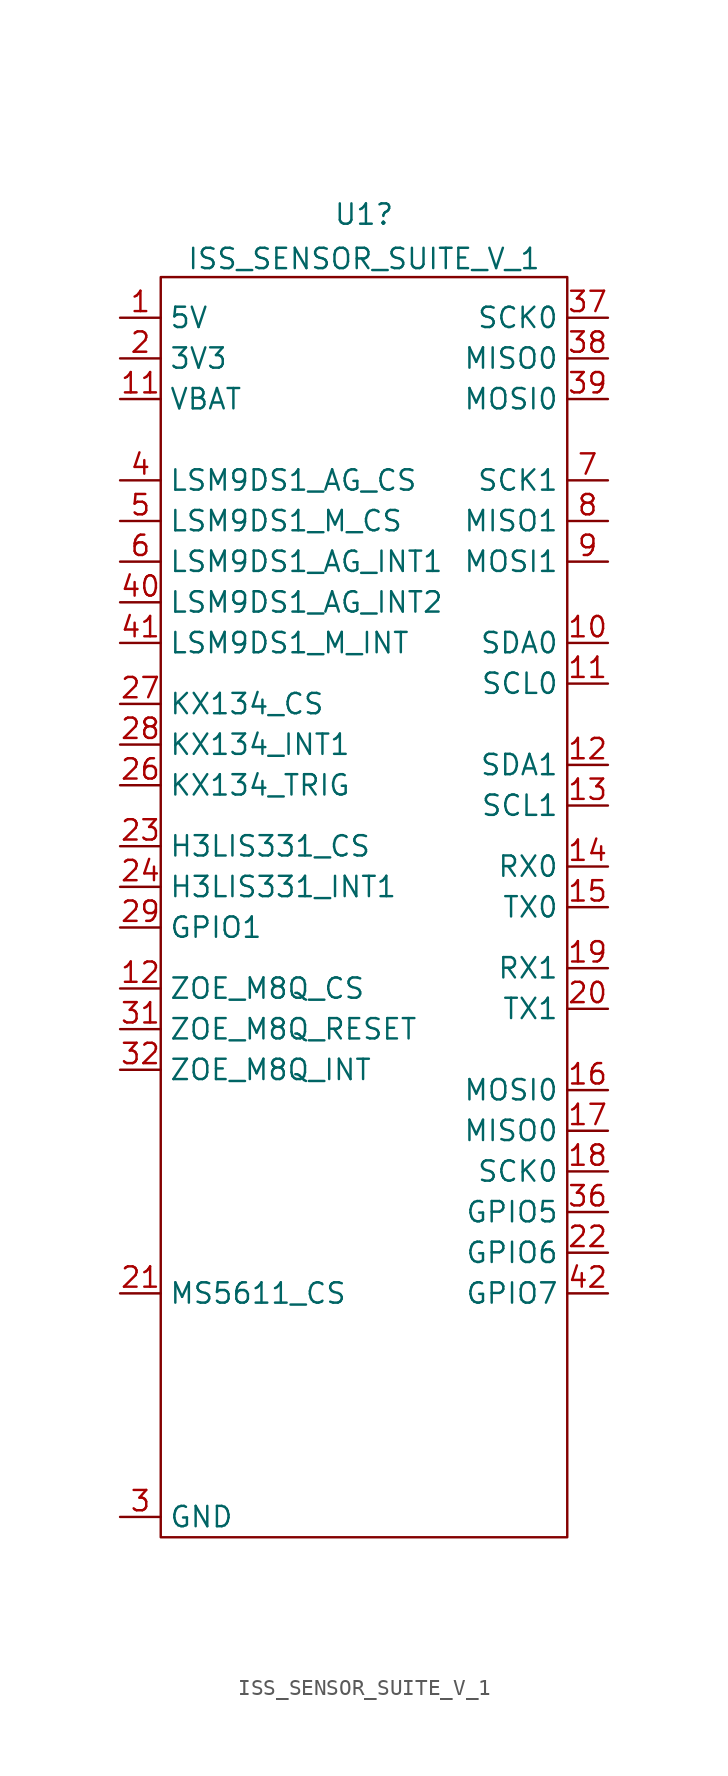
<source format=kicad_sym>
(kicad_symbol_lib
  (version 20211014)
  (generator kicad_symbol_editor)
  (symbol "ISS_SENSOR_SUITE_V_1"
    (property "Reference" "U1"
      (at 0 26.776 0)
      (effects (font (size 1.27 1.27))))
    (property "Value" "ISS_SENSOR_SUITE_V_1"
      (at 0 24.001 0)
      (effects (font (size 1.27 1.27))))
    (symbol "ISS_SENSOR_SUITE_V_1_0_1"
      (rectangle (start -12.7 22.86) (end 12.7 -55.88) (stroke (width 0.152) (type default) (color 0 0 0 0)) (fill (type none))))
    (symbol "ISS_SENSOR_SUITE_V_1_1_1"
      (pin power_in line (at -15.24 20.32 0) (length 2.54) (name "5V" (effects (font (size 1.27 1.27)))) (number "1" (effects (font (size 1.27 1.27)))))
      (pin bidirectional line (at 15.24 0 180) (length 2.54) (name "SDA0" (effects (font (size 1.27 1.27)))) (number "10" (effects (font (size 1.27 1.27)))))
      (pin input line (at 15.24 -2.54 180) (length 2.54) (name "SCL0" (effects (font (size 1.27 1.27)))) (number "11" (effects (font (size 1.27 1.27)))))
      (pin power_in line (at -15.24 15.24 0) (length 2.54) (name "VBAT" (effects (font (size 1.27 1.27)))) (number "11" (effects (font (size 1.27 1.27)))))
      (pin bidirectional line (at 15.24 -7.62 180) (length 2.54) (name "SDA1" (effects (font (size 1.27 1.27)))) (number "12" (effects (font (size 1.27 1.27)))))
      (pin input line (at -15.24 -21.59 0) (length 2.54) (name "ZOE_M8Q_CS" (effects (font (size 1.27 1.27)))) (number "12" (effects (font (size 1.27 1.27)))))
      (pin input line (at 15.24 -10.16 180) (length 2.54) (name "SCL1" (effects (font (size 1.27 1.27)))) (number "13" (effects (font (size 1.27 1.27)))))
      (pin input line (at 15.24 -13.97 180) (length 2.54) (name "RX0" (effects (font (size 1.27 1.27)))) (number "14" (effects (font (size 1.27 1.27)))))
      (pin output line (at 15.24 -16.51 180) (length 2.54) (name "TX0" (effects (font (size 1.27 1.27)))) (number "15" (effects (font (size 1.27 1.27)))))
      (pin input line (at 15.24 -27.94 180) (length 2.54) (name "MOSI0" (effects (font (size 1.27 1.27)))) (number "16" (effects (font (size 1.27 1.27)))))
      (pin output line (at 15.24 -30.48 180) (length 2.54) (name "MISO0" (effects (font (size 1.27 1.27)))) (number "17" (effects (font (size 1.27 1.27)))))
      (pin input line (at 15.24 -33.02 180) (length 2.54) (name "SCK0" (effects (font (size 1.27 1.27)))) (number "18" (effects (font (size 1.27 1.27)))))
      (pin input line (at 15.24 -20.32 180) (length 2.54) (name "RX1" (effects (font (size 1.27 1.27)))) (number "19" (effects (font (size 1.27 1.27)))))
      (pin power_in line (at -15.24 17.78 0) (length 2.54) (name "3V3" (effects (font (size 1.27 1.27)))) (number "2" (effects (font (size 1.27 1.27)))))
      (pin output line (at 15.24 -22.86 180) (length 2.54) (name "TX1" (effects (font (size 1.27 1.27)))) (number "20" (effects (font (size 1.27 1.27)))))
      (pin input line (at -15.24 -40.64 0) (length 2.54) (name "MS5611_CS" (effects (font (size 1.27 1.27)))) (number "21" (effects (font (size 1.27 1.27)))))
      (pin free line (at 15.24 -38.1 180) (length 2.54) (name "GPIO6" (effects (font (size 1.27 1.27)))) (number "22" (effects (font (size 1.27 1.27)))))
      (pin input line (at -15.24 -12.7 0) (length 2.54) (name "H3LIS331_CS" (effects (font (size 1.27 1.27)))) (number "23" (effects (font (size 1.27 1.27)))))
      (pin output line (at -15.24 -15.24 0) (length 2.54) (name "H3LIS331_INT1" (effects (font (size 1.27 1.27)))) (number "24" (effects (font (size 1.27 1.27)))))
      (pin output line (at -15.24 -8.89 0) (length 2.54) (name "KX134_TRIG" (effects (font (size 1.27 1.27)))) (number "26" (effects (font (size 1.27 1.27)))))
      (pin input line (at -15.24 -3.81 0) (length 2.54) (name "KX134_CS" (effects (font (size 1.27 1.27)))) (number "27" (effects (font (size 1.27 1.27)))))
      (pin output line (at -15.24 -6.35 0) (length 2.54) (name "KX134_INT1" (effects (font (size 1.27 1.27)))) (number "28" (effects (font (size 1.27 1.27)))))
      (pin free line (at -15.24 -17.78 0) (length 2.54) (name "GPIO1" (effects (font (size 1.27 1.27)))) (number "29" (effects (font (size 1.27 1.27)))))
      (pin input line (at -15.24 -54.61 0) (length 2.54) (name "GND" (effects (font (size 1.27 1.27)))) (number "3" (effects (font (size 1.27 1.27)))))
      (pin input line (at -15.24 -24.13 0) (length 2.54) (name "ZOE_M8Q_RESET" (effects (font (size 1.27 1.27)))) (number "31" (effects (font (size 1.27 1.27)))))
      (pin input line (at -15.24 -26.67 0) (length 2.54) (name "ZOE_M8Q_INT" (effects (font (size 1.27 1.27)))) (number "32" (effects (font (size 1.27 1.27)))))
      (pin free line (at 15.24 -35.56 180) (length 2.54) (name "GPIO5" (effects (font (size 1.27 1.27)))) (number "36" (effects (font (size 1.27 1.27)))))
      (pin input line (at 15.24 20.32 180) (length 2.54) (name "SCK0" (effects (font (size 1.27 1.27)))) (number "37" (effects (font (size 1.27 1.27)))))
      (pin output line (at 15.24 17.78 180) (length 2.54) (name "MISO0" (effects (font (size 1.27 1.27)))) (number "38" (effects (font (size 1.27 1.27)))))
      (pin input line (at 15.24 15.24 180) (length 2.54) (name "MOSI0" (effects (font (size 1.27 1.27)))) (number "39" (effects (font (size 1.27 1.27)))))
      (pin input line (at -15.24 10.16 0) (length 2.54) (name "LSM9DS1_AG_CS" (effects (font (size 1.27 1.27)))) (number "4" (effects (font (size 1.27 1.27)))))
      (pin output line (at -15.24 2.54 0) (length 2.54) (name "LSM9DS1_AG_INT2" (effects (font (size 1.27 1.27)))) (number "40" (effects (font (size 1.27 1.27)))))
      (pin output line (at -15.24 0 0) (length 2.54) (name "LSM9DS1_M_INT" (effects (font (size 1.27 1.27)))) (number "41" (effects (font (size 1.27 1.27)))))
      (pin free line (at 15.24 -40.64 180) (length 2.54) (name "GPIO7" (effects (font (size 1.27 1.27)))) (number "42" (effects (font (size 1.27 1.27)))))
      (pin input line (at -15.24 7.62 0) (length 2.54) (name "LSM9DS1_M_CS" (effects (font (size 1.27 1.27)))) (number "5" (effects (font (size 1.27 1.27)))))
      (pin output line (at -15.24 5.08 0) (length 2.54) (name "LSM9DS1_AG_INT1" (effects (font (size 1.27 1.27)))) (number "6" (effects (font (size 1.27 1.27)))))
      (pin input line (at 15.24 10.16 180) (length 2.54) (name "SCK1" (effects (font (size 1.27 1.27)))) (number "7" (effects (font (size 1.27 1.27)))))
      (pin output line (at 15.24 7.62 180) (length 2.54) (name "MISO1" (effects (font (size 1.27 1.27)))) (number "8" (effects (font (size 1.27 1.27)))))
      (pin input line (at 15.24 5.08 180) (length 2.54) (name "MOSI1" (effects (font (size 1.27 1.27)))) (number "9" (effects (font (size 1.27 1.27))))))))
</source>
